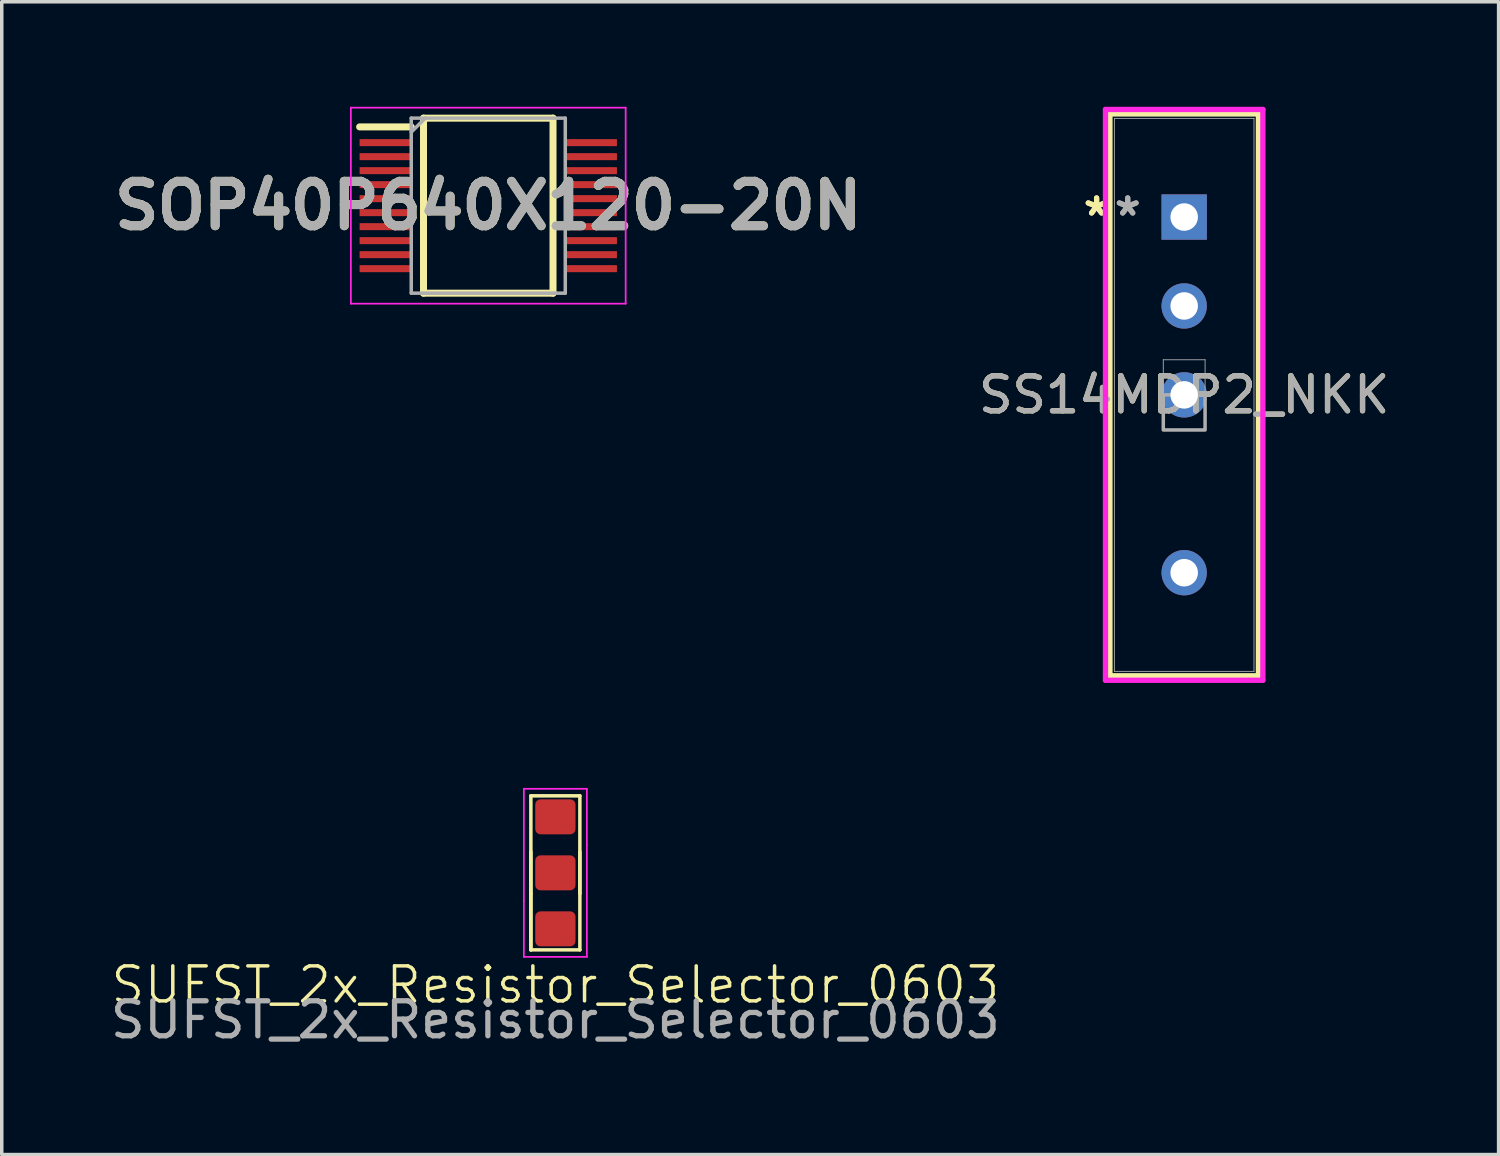
<source format=kicad_pcb>
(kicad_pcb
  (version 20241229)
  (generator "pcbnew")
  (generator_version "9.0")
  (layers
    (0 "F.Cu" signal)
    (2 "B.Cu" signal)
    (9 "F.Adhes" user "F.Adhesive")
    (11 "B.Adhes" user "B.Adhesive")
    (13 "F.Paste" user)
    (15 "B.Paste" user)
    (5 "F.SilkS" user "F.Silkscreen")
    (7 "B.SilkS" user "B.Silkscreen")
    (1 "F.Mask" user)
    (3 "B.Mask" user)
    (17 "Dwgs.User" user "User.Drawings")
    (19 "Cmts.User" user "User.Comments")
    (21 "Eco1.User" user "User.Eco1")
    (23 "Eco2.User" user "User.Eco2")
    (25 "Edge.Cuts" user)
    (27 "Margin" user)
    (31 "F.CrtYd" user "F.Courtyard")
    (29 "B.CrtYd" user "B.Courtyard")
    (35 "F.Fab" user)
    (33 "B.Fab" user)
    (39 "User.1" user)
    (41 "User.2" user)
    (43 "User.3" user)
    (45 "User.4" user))
  (footprint "SOP40P640X120-20N"
    (layer "F.Cu")
    (at 10.898 2.825)
    (property "Reference" "SOP40P640X120-20N" (at 0 0 0) (layer "F.SilkS") (effects (font (size 1.27 1.27) (thickness 0.254))))
    (attr smd)
    (fp_line (start -3.675 -2.25) (end -2.2 -2.25) (stroke (width 0.2) (type solid)) (layer "F.SilkS"))
    (fp_line (start -1.85 -2.5) (end 1.85 -2.5) (stroke (width 0.2) (type solid)) (layer "F.SilkS"))
    (fp_line (start -1.85 2.5) (end -1.85 -2.5) (stroke (width 0.2) (type solid)) (layer "F.SilkS"))
    (fp_line (start 1.85 -2.5) (end 1.85 2.5) (stroke (width 0.2) (type solid)) (layer "F.SilkS"))
    (fp_line (start 1.85 2.5) (end -1.85 2.5) (stroke (width 0.2) (type solid)) (layer "F.SilkS"))
    (fp_line (start -3.925 -2.8) (end 3.925 -2.8) (stroke (width 0.05) (type solid)) (layer "F.CrtYd"))
    (fp_line (start -3.925 2.8) (end -3.925 -2.8) (stroke (width 0.05) (type solid)) (layer "F.CrtYd"))
    (fp_line (start 3.925 -2.8) (end 3.925 2.8) (stroke (width 0.05) (type solid)) (layer "F.CrtYd"))
    (fp_line (start 3.925 2.8) (end -3.925 2.8) (stroke (width 0.05) (type solid)) (layer "F.CrtYd"))
    (fp_line (start -2.2 -2.5) (end 2.2 -2.5) (stroke (width 0.1) (type solid)) (layer "F.Fab"))
    (fp_line (start -2.2 -2.1) (end -1.8 -2.5) (stroke (width 0.1) (type solid)) (layer "F.Fab"))
    (fp_line (start -2.2 2.5) (end -2.2 -2.5) (stroke (width 0.1) (type solid)) (layer "F.Fab"))
    (fp_line (start 2.2 -2.5) (end 2.2 2.5) (stroke (width 0.1) (type solid)) (layer "F.Fab"))
    (fp_line (start 2.2 2.5) (end -2.2 2.5) (stroke (width 0.1) (type solid)) (layer "F.Fab"))
    (fp_text user "${REFERENCE}" (at 0 0 0) (layer "F.Fab") (effects (font (size 1.27 1.27) (thickness 0.254))))
    (pad "1" smd rect (at -2.938 -1.8 90) (size 0.2 1.475) (layers "F.Cu" "F.Mask" "F.Paste"))
    (pad "2" smd rect (at -2.938 -1.4 90) (size 0.2 1.475) (layers "F.Cu" "F.Mask" "F.Paste"))
    (pad "3" smd rect (at -2.938 -1 90) (size 0.2 1.475) (layers "F.Cu" "F.Mask" "F.Paste"))
    (pad "4" smd rect (at -2.938 -0.6 90) (size 0.2 1.475) (layers "F.Cu" "F.Mask" "F.Paste"))
    (pad "5" smd rect (at -2.938 -0.2 90) (size 0.2 1.475) (layers "F.Cu" "F.Mask" "F.Paste"))
    (pad "6" smd rect (at -2.938 0.2 90) (size 0.2 1.475) (layers "F.Cu" "F.Mask" "F.Paste"))
    (pad "7" smd rect (at -2.938 0.6 90) (size 0.2 1.475) (layers "F.Cu" "F.Mask" "F.Paste"))
    (pad "8" smd rect (at -2.938 1 90) (size 0.2 1.475) (layers "F.Cu" "F.Mask" "F.Paste"))
    (pad "9" smd rect (at -2.938 1.4 90) (size 0.2 1.475) (layers "F.Cu" "F.Mask" "F.Paste"))
    (pad "10" smd rect (at -2.938 1.8 90) (size 0.2 1.475) (layers "F.Cu" "F.Mask" "F.Paste"))
    (pad "11" smd rect (at 2.938 1.8 90) (size 0.2 1.475) (layers "F.Cu" "F.Mask" "F.Paste"))
    (pad "12" smd rect (at 2.938 1.4 90) (size 0.2 1.475) (layers "F.Cu" "F.Mask" "F.Paste"))
    (pad "13" smd rect (at 2.938 1 90) (size 0.2 1.475) (layers "F.Cu" "F.Mask" "F.Paste"))
    (pad "14" smd rect (at 2.938 0.6 90) (size 0.2 1.475) (layers "F.Cu" "F.Mask" "F.Paste"))
    (pad "15" smd rect (at 2.938 0.2 90) (size 0.2 1.475) (layers "F.Cu" "F.Mask" "F.Paste"))
    (pad "16" smd rect (at 2.938 -0.2 90) (size 0.2 1.475) (layers "F.Cu" "F.Mask" "F.Paste"))
    (pad "17" smd rect (at 2.938 -0.6 90) (size 0.2 1.475) (layers "F.Cu" "F.Mask" "F.Paste"))
    (pad "18" smd rect (at 2.938 -1 90) (size 0.2 1.475) (layers "F.Cu" "F.Mask" "F.Paste"))
    (pad "19" smd rect (at 2.938 -1.4 90) (size 0.2 1.475) (layers "F.Cu" "F.Mask" "F.Paste"))
    (pad "20" smd rect (at 2.938 -1.8 90) (size 0.2 1.475) (layers "F.Cu" "F.Mask" "F.Paste")))
  (footprint "SS14MDP2_NKK"
    (layer "F.Cu")
    (at 30.778 3.15)
    (property "Reference" "SS14MDP2_NKK" (at 0 5.08 0) (unlocked yes) (layer "F.SilkS") (effects (font (size 1 1) (thickness 0.15))))
    (attr through_hole)
    (fp_line (start -2.121 -2.946) (end -2.121 13.106) (stroke (width 0.152) (type solid)) (layer "F.SilkS"))
    (fp_line (start -2.121 13.106) (end 2.121 13.106) (stroke (width 0.152) (type solid)) (layer "F.SilkS"))
    (fp_line (start 2.121 -2.946) (end -2.121 -2.946) (stroke (width 0.152) (type solid)) (layer "F.SilkS"))
    (fp_line (start 2.121 13.106) (end 2.121 -2.946) (stroke (width 0.152) (type solid)) (layer "F.SilkS"))
    (fp_line (start -2.248 -3.073) (end -2.248 13.233) (stroke (width 0.152) (type solid)) (layer "F.CrtYd"))
    (fp_line (start -2.248 13.233) (end 2.248 13.233) (stroke (width 0.152) (type solid)) (layer "F.CrtYd"))
    (fp_line (start 2.248 -3.073) (end -2.248 -3.073) (stroke (width 0.152) (type solid)) (layer "F.CrtYd"))
    (fp_line (start 2.248 13.233) (end 2.248 -3.073) (stroke (width 0.152) (type solid)) (layer "F.CrtYd"))
    (fp_line (start -1.994 -2.819) (end -1.994 12.979) (stroke (width 0.025) (type solid)) (layer "F.Fab"))
    (fp_line (start -1.994 12.979) (end 1.994 12.979) (stroke (width 0.025) (type solid)) (layer "F.Fab"))
    (fp_line (start -0.597 4.077) (end 0.597 4.077) (stroke (width 0.025) (type solid)) (layer "F.Fab"))
    (fp_line (start -0.597 6.083) (end -0.597 4.077) (stroke (width 0.025) (type solid)) (layer "F.Fab"))
    (fp_line (start 0.597 4.077) (end 0.597 6.083) (stroke (width 0.025) (type solid)) (layer "F.Fab"))
    (fp_line (start 0.597 6.083) (end -0.597 6.083) (stroke (width 0.025) (type solid)) (layer "F.Fab"))
    (fp_line (start 1.994 -2.819) (end -1.994 -2.819) (stroke (width 0.025) (type solid)) (layer "F.Fab"))
    (fp_line (start 1.994 12.979) (end 1.994 -2.819) (stroke (width 0.025) (type solid)) (layer "F.Fab"))
    (fp_poly (pts (xy -0.597 6.083) (xy -0.597 5.08) (xy 0.597 5.08) (xy 0.597 6.083)) (stroke (width 0.1) (type solid)) (fill no) (layer "F.Fab"))
    (fp_text user "*" (at -2.502 0 0) (unlocked yes) (layer "F.SilkS") (effects (font (size 1 1) (thickness 0.15))))
    (fp_text user "*" (at -2.502 0 0) (layer "F.SilkS") (effects (font (size 1 1) (thickness 0.15))))
    (fp_text user "${REFERENCE}" (at 0 5.08 0) (unlocked yes) (layer "F.Fab") (effects (font (size 1 1) (thickness 0.15))))
    (fp_text user "*" (at -1.613 0 0) (layer "F.Fab") (effects (font (size 1 1) (thickness 0.15))))
    (fp_text user "*" (at -1.613 0 0) (unlocked yes) (layer "F.Fab") (effects (font (size 1 1) (thickness 0.15))))
    (pad "1" thru_hole rect (at 0 0) (size 1.295 1.295) (drill 0.787) (layers "*.Cu" "*.Mask"))
    (pad "2" thru_hole circle (at 0 2.54) (size 1.295 1.295) (drill 0.787) (layers "*.Cu" "*.Mask"))
    (pad "3" thru_hole circle (at 0 5.08) (size 1.295 1.295) (drill 0.787) (layers "*.Cu" "*.Mask"))
    (pad "4" thru_hole circle (at 0 10.16) (size 1.295 1.295) (drill 0.787) (layers "*.Cu" "*.Mask")))
  (footprint "SUFST_2x_Resistor_Selector_0603"
    (layer "F.Cu")
    (at 12.815 25.584)
    (property "Reference" "SUFST_2x_Resistor_Selector_0603" (at 0 -0.5 0) (unlocked yes) (layer "F.SilkS") (effects (font (size 1 1) (thickness 0.1))))
    (attr smd)
    (fp_line (start -0.7 -5.9) (end -0.7 -3.1) (stroke (width 0.1) (type default)) (layer "F.SilkS"))
    (fp_line (start -0.7 -3.1) (end -0.7 -1.5) (stroke (width 0.1) (type default)) (layer "F.SilkS"))
    (fp_line (start -0.7 -1.5) (end -0.7 -4.3) (stroke (width 0.1) (type default)) (layer "F.SilkS"))
    (fp_line (start -0.7 -1.5) (end 0.7 -1.5) (stroke (width 0.1) (type default)) (layer "F.SilkS"))
    (fp_line (start 0.7 -5.9) (end -0.7 -5.9) (stroke (width 0.1) (type default)) (layer "F.SilkS"))
    (fp_line (start 0.7 -4.3) (end 0.7 -1.5) (stroke (width 0.1) (type default)) (layer "F.SilkS"))
    (fp_line (start 0.7 -3.1) (end 0.7 -5.9) (stroke (width 0.1) (type default)) (layer "F.SilkS"))
    (fp_line (start -0.9 -6.1) (end 0.9 -6.1) (stroke (width 0.05) (type default)) (layer "F.CrtYd"))
    (fp_line (start -0.9 -2.9) (end -0.9 -6.1) (stroke (width 0.05) (type default)) (layer "F.CrtYd"))
    (fp_line (start -0.9 -1.3) (end -0.9 -2.9) (stroke (width 0.05) (type default)) (layer "F.CrtYd"))
    (fp_line (start 0.9 -6.1) (end 0.9 -4.5) (stroke (width 0.05) (type default)) (layer "F.CrtYd"))
    (fp_line (start 0.9 -4.5) (end 0.9 -1.3) (stroke (width 0.05) (type default)) (layer "F.CrtYd"))
    (fp_line (start 0.9 -1.3) (end -0.9 -1.3) (stroke (width 0.05) (type default)) (layer "F.CrtYd"))
    (fp_text user "${REFERENCE}" (at 0 0.5 0) (unlocked yes) (layer "F.Fab") (effects (font (size 1 1) (thickness 0.15))))
    (pad "1" smd roundrect (at 0 -5.3) (size 1.15 1) (layers "F.Cu" "F.Mask" "F.Paste") (roundrect_rratio 0.15))
    (pad "2" smd roundrect (at 0 -2.1) (size 1.15 1) (layers "F.Cu" "F.Mask" "F.Paste") (roundrect_rratio 0.15))
    (pad "3" smd roundrect (at 0 -3.7) (size 1.15 1) (layers "F.Cu" "F.Mask" "F.Paste") (roundrect_rratio 0.15)))
  (gr_rect
    (start -3 -3)
    (end 39.76 29.932)
    (stroke (width 0.1) (type default))
    (fill no)
    (layer "Edge.Cuts")))
</source>
